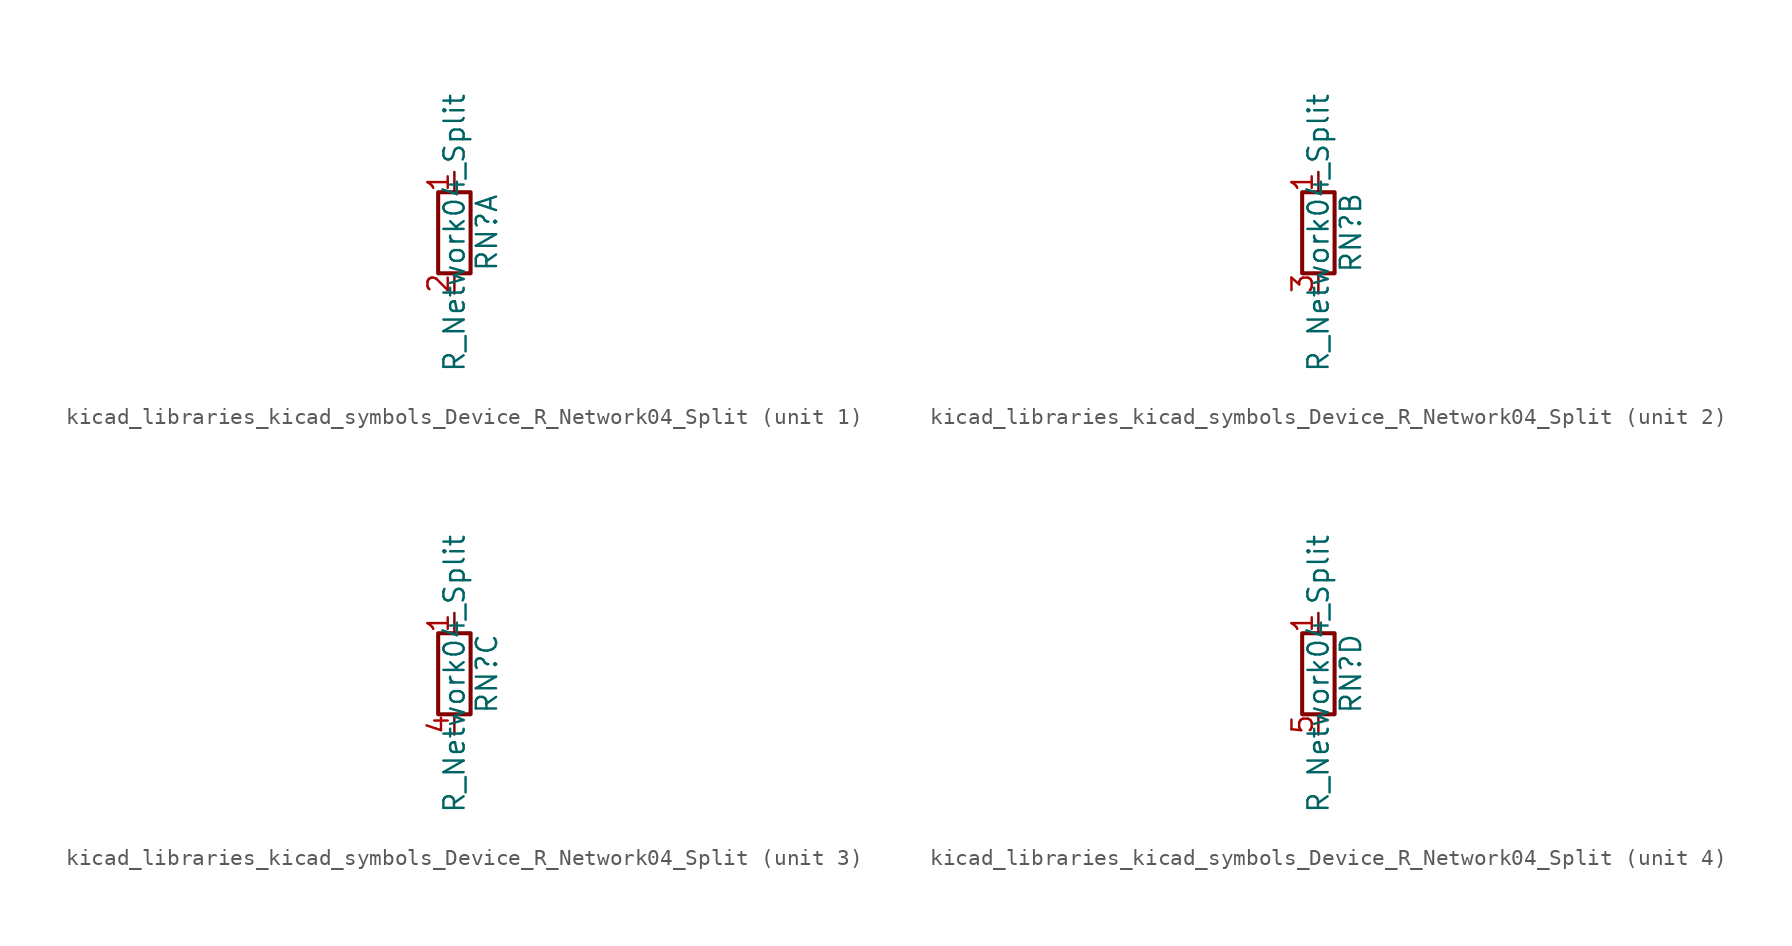
<source format=kicad_sym>
(kicad_symbol_lib
  (version 20220914)
  (generator kicad_symbol_editor)
  (symbol "kicad_libraries_kicad_symbols_Device_R_Network04_Split"
    (pin_names
      (offset 0) hide)
    (property "Reference" "RN"
      (at 2.032 0 90)
      (effects (font (size 1.27 1.27))))
    (property "Value" "R_Network04_Split"
      (at 0 0 90)
      (effects (font (size 1.27 1.27))))
    (symbol "kicad_libraries_kicad_symbols_Device_R_Network04_Split_0_1"
      (rectangle (start 1.016 2.54) (end -1.016 -2.54) (stroke (width 0.254) (type default)) (fill (type none)))
      (pin passive line (at 0 3.81 270) (length 1.27) (name "R1" (effects (font (size 1.27 1.27)))) (number "1" (effects (font (size 1.27 1.27))))))
    (symbol "kicad_libraries_kicad_symbols_Device_R_Network04_Split_1_1"
      (pin passive line (at 0 -3.81 90) (length 1.27) (name "R1.2" (effects (font (size 1.27 1.27)))) (number "2" (effects (font (size 1.27 1.27))))))
    (symbol "kicad_libraries_kicad_symbols_Device_R_Network04_Split_2_1"
      (pin passive line (at 0 -3.81 90) (length 1.27) (name "R2.2" (effects (font (size 1.27 1.27)))) (number "3" (effects (font (size 1.27 1.27))))))
    (symbol "kicad_libraries_kicad_symbols_Device_R_Network04_Split_3_1"
      (pin passive line (at 0 -3.81 90) (length 1.27) (name "R3.2" (effects (font (size 1.27 1.27)))) (number "4" (effects (font (size 1.27 1.27))))))
    (symbol "kicad_libraries_kicad_symbols_Device_R_Network04_Split_4_1"
      (pin passive line (at 0 -3.81 90) (length 1.27) (name "R4.2" (effects (font (size 1.27 1.27)))) (number "5" (effects (font (size 1.27 1.27))))))))
</source>
